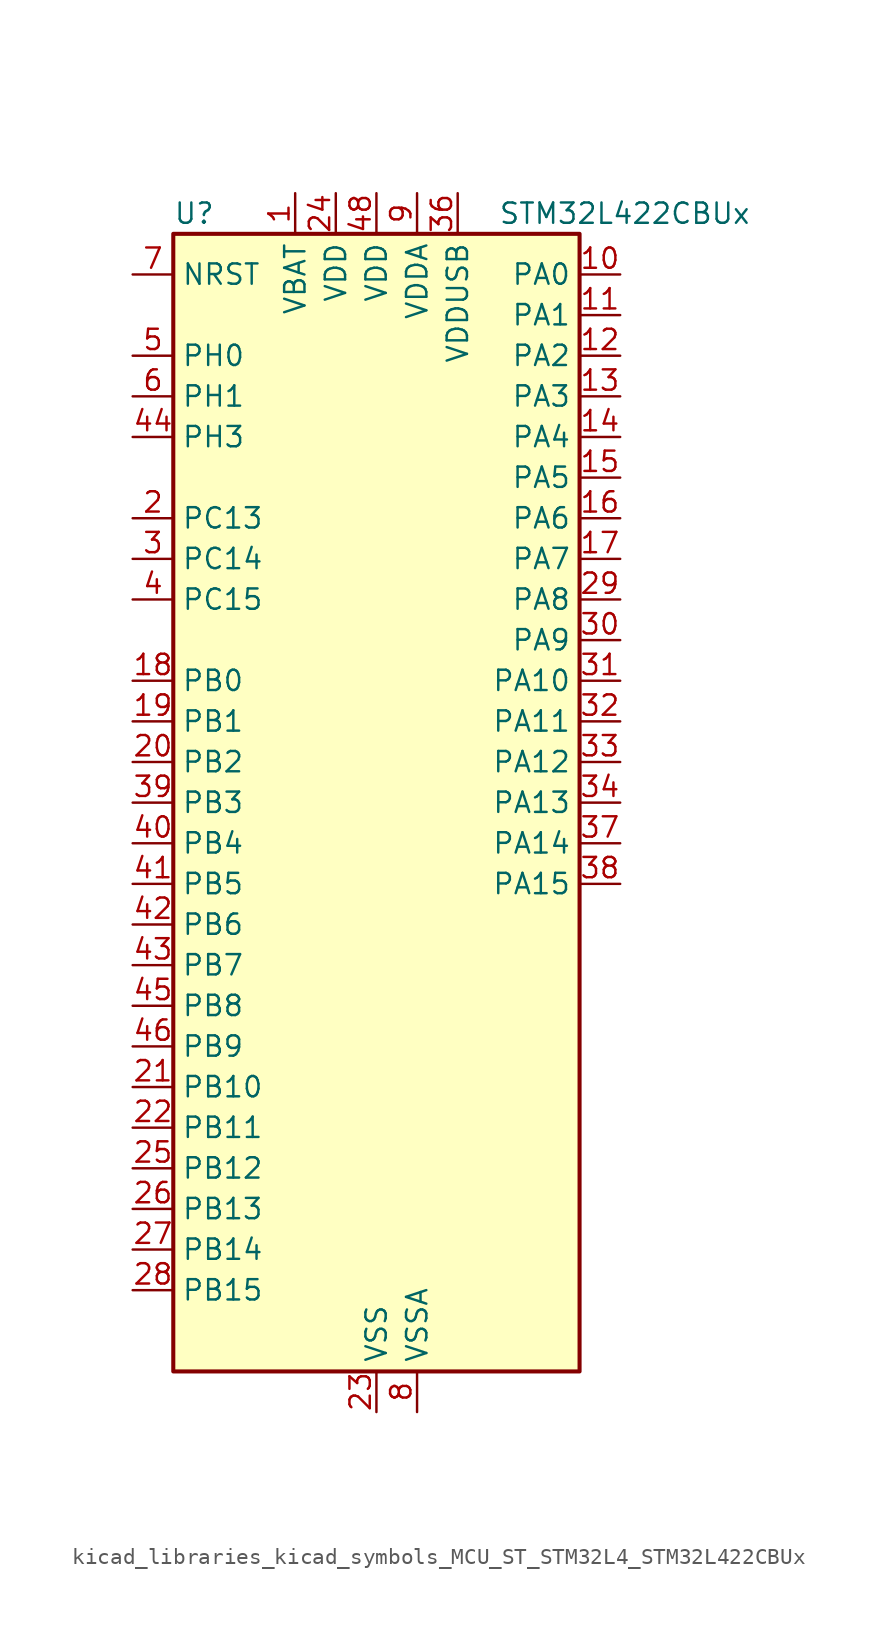
<source format=kicad_sym>
(kicad_symbol_lib
  (version 20220914)
  (generator kicad_symbol_editor)
  (symbol "kicad_libraries_kicad_symbols_MCU_ST_STM32L4_STM32L422CBUx"
    (property "Reference" "U"
      (at -12.7 36.83 0)
      (effects (font (size 1.27 1.27)) (justify left)))
    (property "Value" "STM32L422CBUx"
      (at 7.62 36.83 0)
      (effects (font (size 1.27 1.27)) (justify left)))
    (property "ki_locked" ""
      (at 0 0 0)
      (effects (font (size 1.27 1.27))))
    (symbol "kicad_libraries_kicad_symbols_MCU_ST_STM32L4_STM32L422CBUx_0_1"
      (rectangle (start -12.7 -35.56) (end 12.7 35.56) (stroke (width 0.254) (type default)) (fill (type background))))
    (symbol "kicad_libraries_kicad_symbols_MCU_ST_STM32L4_STM32L422CBUx_1_1"
      (pin power_in line (at -5.08 38.1 270) (length 2.54) (name "VBAT" (effects (font (size 1.27 1.27)))) (number "1" (effects (font (size 1.27 1.27)))))
      (pin bidirectional line (at 15.24 33.02 180) (length 2.54) (name "PA0" (effects (font (size 1.27 1.27)))) (number "10" (effects (font (size 1.27 1.27)))) (alternate "ADC1_IN5" bidirectional line) (alternate "COMP1_INM" bidirectional line) (alternate "COMP1_OUT" bidirectional line) (alternate "OPAMP1_VINP" bidirectional line) (alternate "RTC_TAMP2" bidirectional line) (alternate "SYS_WKUP1" bidirectional line) (alternate "TIM2_CH1" bidirectional line) (alternate "TIM2_ETR" bidirectional line) (alternate "USART2_CTS" bidirectional line))
      (pin bidirectional line (at 15.24 30.48 180) (length 2.54) (name "PA1" (effects (font (size 1.27 1.27)))) (number "11" (effects (font (size 1.27 1.27)))) (alternate "ADC1_IN6" bidirectional line) (alternate "COMP1_INP" bidirectional line) (alternate "I2C1_SMBA" bidirectional line) (alternate "OPAMP1_VINM" bidirectional line) (alternate "SPI1_SCK" bidirectional line) (alternate "TIM15_CH1N" bidirectional line) (alternate "TIM2_CH2" bidirectional line) (alternate "USART2_DE" bidirectional line) (alternate "USART2_RTS" bidirectional line))
      (pin bidirectional line (at 15.24 27.94 180) (length 2.54) (name "PA2" (effects (font (size 1.27 1.27)))) (number "12" (effects (font (size 1.27 1.27)))) (alternate "ADC1_IN7" bidirectional line) (alternate "ADC2_IN7" bidirectional line) (alternate "LPUART1_TX" bidirectional line) (alternate "QUADSPI_BK1_NCS" bidirectional line) (alternate "RCC_LSCO" bidirectional line) (alternate "SYS_WKUP4" bidirectional line) (alternate "TIM15_CH1" bidirectional line) (alternate "TIM2_CH3" bidirectional line) (alternate "USART2_TX" bidirectional line))
      (pin bidirectional line (at 15.24 25.4 180) (length 2.54) (name "PA3" (effects (font (size 1.27 1.27)))) (number "13" (effects (font (size 1.27 1.27)))) (alternate "ADC1_IN8" bidirectional line) (alternate "ADC2_IN8" bidirectional line) (alternate "LPUART1_RX" bidirectional line) (alternate "OPAMP1_VOUT" bidirectional line) (alternate "QUADSPI_CLK" bidirectional line) (alternate "TIM15_CH2" bidirectional line) (alternate "TIM2_CH4" bidirectional line) (alternate "USART2_RX" bidirectional line))
      (pin bidirectional line (at 15.24 22.86 180) (length 2.54) (name "PA4" (effects (font (size 1.27 1.27)))) (number "14" (effects (font (size 1.27 1.27)))) (alternate "ADC1_IN9" bidirectional line) (alternate "ADC2_IN9" bidirectional line) (alternate "COMP1_INM" bidirectional line) (alternate "LPTIM2_OUT" bidirectional line) (alternate "SPI1_NSS" bidirectional line) (alternate "USART2_CK" bidirectional line))
      (pin bidirectional line (at 15.24 20.32 180) (length 2.54) (name "PA5" (effects (font (size 1.27 1.27)))) (number "15" (effects (font (size 1.27 1.27)))) (alternate "ADC1_IN10" bidirectional line) (alternate "ADC2_IN10" bidirectional line) (alternate "COMP1_INM" bidirectional line) (alternate "LPTIM2_ETR" bidirectional line) (alternate "SPI1_SCK" bidirectional line) (alternate "TIM2_CH1" bidirectional line) (alternate "TIM2_ETR" bidirectional line))
      (pin bidirectional line (at 15.24 17.78 180) (length 2.54) (name "PA6" (effects (font (size 1.27 1.27)))) (number "16" (effects (font (size 1.27 1.27)))) (alternate "ADC1_IN11" bidirectional line) (alternate "ADC2_IN11" bidirectional line) (alternate "COMP1_OUT" bidirectional line) (alternate "LPUART1_CTS" bidirectional line) (alternate "QUADSPI_BK1_IO3" bidirectional line) (alternate "SPI1_MISO" bidirectional line) (alternate "TIM16_CH1" bidirectional line) (alternate "TIM1_BKIN" bidirectional line) (alternate "USART3_CTS" bidirectional line))
      (pin bidirectional line (at 15.24 15.24 180) (length 2.54) (name "PA7" (effects (font (size 1.27 1.27)))) (number "17" (effects (font (size 1.27 1.27)))) (alternate "ADC1_IN12" bidirectional line) (alternate "ADC2_IN12" bidirectional line) (alternate "I2C3_SCL" bidirectional line) (alternate "QUADSPI_BK1_IO2" bidirectional line) (alternate "SPI1_MOSI" bidirectional line) (alternate "TIM1_CH1N" bidirectional line))
      (pin bidirectional line (at -15.24 7.62 0) (length 2.54) (name "PB0" (effects (font (size 1.27 1.27)))) (number "18" (effects (font (size 1.27 1.27)))) (alternate "ADC1_IN15" bidirectional line) (alternate "ADC2_IN15" bidirectional line) (alternate "COMP1_OUT" bidirectional line) (alternate "QUADSPI_BK1_IO1" bidirectional line) (alternate "SPI1_NSS" bidirectional line) (alternate "SYS_TRACED0" bidirectional line) (alternate "TIM1_CH2N" bidirectional line) (alternate "USART3_CK" bidirectional line))
      (pin bidirectional line (at -15.24 5.08 0) (length 2.54) (name "PB1" (effects (font (size 1.27 1.27)))) (number "19" (effects (font (size 1.27 1.27)))) (alternate "ADC1_IN16" bidirectional line) (alternate "ADC2_IN16" bidirectional line) (alternate "COMP1_INM" bidirectional line) (alternate "LPTIM2_IN1" bidirectional line) (alternate "LPUART1_DE" bidirectional line) (alternate "LPUART1_RTS" bidirectional line) (alternate "QUADSPI_BK1_IO0" bidirectional line) (alternate "SYS_TRACED1" bidirectional line) (alternate "TIM1_CH3N" bidirectional line) (alternate "USART3_DE" bidirectional line) (alternate "USART3_RTS" bidirectional line))
      (pin bidirectional line (at -15.24 17.78 0) (length 2.54) (name "PC13" (effects (font (size 1.27 1.27)))) (number "2" (effects (font (size 1.27 1.27)))) (alternate "RTC_OUT_ALARM" bidirectional line) (alternate "RTC_OUT_CALIB" bidirectional line) (alternate "RTC_TAMP1" bidirectional line) (alternate "RTC_TS" bidirectional line) (alternate "SYS_WKUP2" bidirectional line))
      (pin bidirectional line (at -15.24 2.54 0) (length 2.54) (name "PB2" (effects (font (size 1.27 1.27)))) (number "20" (effects (font (size 1.27 1.27)))) (alternate "COMP1_INP" bidirectional line) (alternate "I2C3_SMBA" bidirectional line) (alternate "LPTIM1_OUT" bidirectional line) (alternate "RTC_OUT_ALARM" bidirectional line) (alternate "RTC_OUT_CALIB" bidirectional line))
      (pin bidirectional line (at -15.24 -17.78 0) (length 2.54) (name "PB10" (effects (font (size 1.27 1.27)))) (number "21" (effects (font (size 1.27 1.27)))) (alternate "COMP1_OUT" bidirectional line) (alternate "I2C2_SCL" bidirectional line) (alternate "LPUART1_RX" bidirectional line) (alternate "QUADSPI_CLK" bidirectional line) (alternate "SPI2_SCK" bidirectional line) (alternate "TIM2_CH3" bidirectional line) (alternate "TSC_SYNC" bidirectional line) (alternate "USART3_TX" bidirectional line))
      (pin bidirectional line (at -15.24 -20.32 0) (length 2.54) (name "PB11" (effects (font (size 1.27 1.27)))) (number "22" (effects (font (size 1.27 1.27)))) (alternate "ADC1_EXTI11" bidirectional line) (alternate "ADC2_EXTI11" bidirectional line) (alternate "I2C2_SDA" bidirectional line) (alternate "LPUART1_TX" bidirectional line) (alternate "QUADSPI_BK1_NCS" bidirectional line) (alternate "TIM2_CH4" bidirectional line) (alternate "USART3_RX" bidirectional line))
      (pin power_in line (at 0 -38.1 90) (length 2.54) (name "VSS" (effects (font (size 1.27 1.27)))) (number "23" (effects (font (size 1.27 1.27)))))
      (pin power_in line (at -2.54 38.1 270) (length 2.54) (name "VDD" (effects (font (size 1.27 1.27)))) (number "24" (effects (font (size 1.27 1.27)))))
      (pin bidirectional line (at -15.24 -22.86 0) (length 2.54) (name "PB12" (effects (font (size 1.27 1.27)))) (number "25" (effects (font (size 1.27 1.27)))) (alternate "I2C2_SMBA" bidirectional line) (alternate "LPUART1_DE" bidirectional line) (alternate "LPUART1_RTS" bidirectional line) (alternate "SPI2_NSS" bidirectional line) (alternate "TIM15_BKIN" bidirectional line) (alternate "TIM1_BKIN" bidirectional line) (alternate "TSC_G1_IO1" bidirectional line) (alternate "USART3_CK" bidirectional line))
      (pin bidirectional line (at -15.24 -25.4 0) (length 2.54) (name "PB13" (effects (font (size 1.27 1.27)))) (number "26" (effects (font (size 1.27 1.27)))) (alternate "I2C2_SCL" bidirectional line) (alternate "LPUART1_CTS" bidirectional line) (alternate "SPI2_SCK" bidirectional line) (alternate "TIM15_CH1N" bidirectional line) (alternate "TIM1_CH1N" bidirectional line) (alternate "TSC_G1_IO2" bidirectional line) (alternate "USART3_CTS" bidirectional line))
      (pin bidirectional line (at -15.24 -27.94 0) (length 2.54) (name "PB14" (effects (font (size 1.27 1.27)))) (number "27" (effects (font (size 1.27 1.27)))) (alternate "I2C2_SDA" bidirectional line) (alternate "SPI2_MISO" bidirectional line) (alternate "TIM15_CH1" bidirectional line) (alternate "TIM1_CH2N" bidirectional line) (alternate "TSC_G1_IO3" bidirectional line) (alternate "USART3_DE" bidirectional line) (alternate "USART3_RTS" bidirectional line))
      (pin bidirectional line (at -15.24 -30.48 0) (length 2.54) (name "PB15" (effects (font (size 1.27 1.27)))) (number "28" (effects (font (size 1.27 1.27)))) (alternate "ADC1_EXTI15" bidirectional line) (alternate "ADC2_EXTI15" bidirectional line) (alternate "RTC_REFIN" bidirectional line) (alternate "SPI2_MOSI" bidirectional line) (alternate "TIM15_CH2" bidirectional line) (alternate "TIM1_CH3N" bidirectional line) (alternate "TSC_G1_IO4" bidirectional line))
      (pin bidirectional line (at 15.24 12.7 180) (length 2.54) (name "PA8" (effects (font (size 1.27 1.27)))) (number "29" (effects (font (size 1.27 1.27)))) (alternate "LPTIM2_OUT" bidirectional line) (alternate "RCC_MCO" bidirectional line) (alternate "TIM1_CH1" bidirectional line) (alternate "USART1_CK" bidirectional line))
      (pin bidirectional line (at -15.24 15.24 0) (length 2.54) (name "PC14" (effects (font (size 1.27 1.27)))) (number "3" (effects (font (size 1.27 1.27)))) (alternate "RCC_OSC32_IN" bidirectional line))
      (pin bidirectional line (at 15.24 10.16 180) (length 2.54) (name "PA9" (effects (font (size 1.27 1.27)))) (number "30" (effects (font (size 1.27 1.27)))) (alternate "I2C1_SCL" bidirectional line) (alternate "TIM15_BKIN" bidirectional line) (alternate "TIM1_CH2" bidirectional line) (alternate "USART1_TX" bidirectional line))
      (pin bidirectional line (at 15.24 7.62 180) (length 2.54) (name "PA10" (effects (font (size 1.27 1.27)))) (number "31" (effects (font (size 1.27 1.27)))) (alternate "CRS_SYNC" bidirectional line) (alternate "I2C1_SDA" bidirectional line) (alternate "TIM1_CH3" bidirectional line) (alternate "USART1_RX" bidirectional line))
      (pin bidirectional line (at 15.24 5.08 180) (length 2.54) (name "PA11" (effects (font (size 1.27 1.27)))) (number "32" (effects (font (size 1.27 1.27)))) (alternate "ADC1_EXTI11" bidirectional line) (alternate "ADC2_EXTI11" bidirectional line) (alternate "COMP1_OUT" bidirectional line) (alternate "SPI1_MISO" bidirectional line) (alternate "TIM1_BKIN2" bidirectional line) (alternate "TIM1_BKIN2_COMP1" bidirectional line) (alternate "TIM1_CH4" bidirectional line) (alternate "USART1_CTS" bidirectional line) (alternate "USB_DM" bidirectional line))
      (pin bidirectional line (at 15.24 2.54 180) (length 2.54) (name "PA12" (effects (font (size 1.27 1.27)))) (number "33" (effects (font (size 1.27 1.27)))) (alternate "SPI1_MOSI" bidirectional line) (alternate "TIM1_ETR" bidirectional line) (alternate "USART1_DE" bidirectional line) (alternate "USART1_RTS" bidirectional line) (alternate "USB_DP" bidirectional line))
      (pin bidirectional line (at 15.24 0 180) (length 2.54) (name "PA13" (effects (font (size 1.27 1.27)))) (number "34" (effects (font (size 1.27 1.27)))) (alternate "IR_OUT" bidirectional line) (alternate "SYS_JTMS-SWDIO" bidirectional line) (alternate "USB_NOE" bidirectional line))
      (pin passive line (at 0 -38.1 90) (length 2.54) hide (name "VSS" (effects (font (size 1.27 1.27)))) (number "35" (effects (font (size 1.27 1.27)))))
      (pin power_in line (at 5.08 38.1 270) (length 2.54) (name "VDDUSB" (effects (font (size 1.27 1.27)))) (number "36" (effects (font (size 1.27 1.27)))))
      (pin bidirectional line (at 15.24 -2.54 180) (length 2.54) (name "PA14" (effects (font (size 1.27 1.27)))) (number "37" (effects (font (size 1.27 1.27)))) (alternate "I2C1_SMBA" bidirectional line) (alternate "LPTIM1_OUT" bidirectional line) (alternate "SYS_JTCK-SWCLK" bidirectional line))
      (pin bidirectional line (at 15.24 -5.08 180) (length 2.54) (name "PA15" (effects (font (size 1.27 1.27)))) (number "38" (effects (font (size 1.27 1.27)))) (alternate "ADC1_EXTI15" bidirectional line) (alternate "ADC2_EXTI15" bidirectional line) (alternate "SPI1_NSS" bidirectional line) (alternate "SYS_JTDI" bidirectional line) (alternate "TIM2_CH1" bidirectional line) (alternate "TIM2_ETR" bidirectional line) (alternate "USART2_RX" bidirectional line) (alternate "USART3_DE" bidirectional line) (alternate "USART3_RTS" bidirectional line))
      (pin bidirectional line (at -15.24 0 0) (length 2.54) (name "PB3" (effects (font (size 1.27 1.27)))) (number "39" (effects (font (size 1.27 1.27)))) (alternate "SPI1_SCK" bidirectional line) (alternate "SYS_JTDO-SWO" bidirectional line) (alternate "TIM2_CH2" bidirectional line) (alternate "USART1_DE" bidirectional line) (alternate "USART1_RTS" bidirectional line))
      (pin bidirectional line (at -15.24 12.7 0) (length 2.54) (name "PC15" (effects (font (size 1.27 1.27)))) (number "4" (effects (font (size 1.27 1.27)))) (alternate "ADC1_EXTI15" bidirectional line) (alternate "ADC2_EXTI15" bidirectional line) (alternate "RCC_OSC32_OUT" bidirectional line))
      (pin bidirectional line (at -15.24 -2.54 0) (length 2.54) (name "PB4" (effects (font (size 1.27 1.27)))) (number "40" (effects (font (size 1.27 1.27)))) (alternate "I2C3_SDA" bidirectional line) (alternate "SPI1_MISO" bidirectional line) (alternate "SYS_JTRST" bidirectional line) (alternate "TSC_G2_IO1" bidirectional line) (alternate "USART1_CTS" bidirectional line))
      (pin bidirectional line (at -15.24 -5.08 0) (length 2.54) (name "PB5" (effects (font (size 1.27 1.27)))) (number "41" (effects (font (size 1.27 1.27)))) (alternate "I2C1_SMBA" bidirectional line) (alternate "LPTIM1_IN1" bidirectional line) (alternate "SPI1_MOSI" bidirectional line) (alternate "SYS_TRACED2" bidirectional line) (alternate "TIM16_BKIN" bidirectional line) (alternate "TSC_G2_IO2" bidirectional line) (alternate "USART1_CK" bidirectional line))
      (pin bidirectional line (at -15.24 -7.62 0) (length 2.54) (name "PB6" (effects (font (size 1.27 1.27)))) (number "42" (effects (font (size 1.27 1.27)))) (alternate "I2C1_SCL" bidirectional line) (alternate "LPTIM1_ETR" bidirectional line) (alternate "SYS_TRACED3" bidirectional line) (alternate "TIM16_CH1N" bidirectional line) (alternate "TSC_G2_IO3" bidirectional line) (alternate "USART1_TX" bidirectional line))
      (pin bidirectional line (at -15.24 -10.16 0) (length 2.54) (name "PB7" (effects (font (size 1.27 1.27)))) (number "43" (effects (font (size 1.27 1.27)))) (alternate "I2C1_SDA" bidirectional line) (alternate "LPTIM1_IN2" bidirectional line) (alternate "SYS_PVD_IN" bidirectional line) (alternate "SYS_TRACECLK" bidirectional line) (alternate "TSC_G2_IO4" bidirectional line) (alternate "USART1_RX" bidirectional line))
      (pin bidirectional line (at -15.24 22.86 0) (length 2.54) (name "PH3" (effects (font (size 1.27 1.27)))) (number "44" (effects (font (size 1.27 1.27)))))
      (pin bidirectional line (at -15.24 -12.7 0) (length 2.54) (name "PB8" (effects (font (size 1.27 1.27)))) (number "45" (effects (font (size 1.27 1.27)))) (alternate "I2C1_SCL" bidirectional line) (alternate "TIM16_CH1" bidirectional line))
      (pin bidirectional line (at -15.24 -15.24 0) (length 2.54) (name "PB9" (effects (font (size 1.27 1.27)))) (number "46" (effects (font (size 1.27 1.27)))) (alternate "I2C1_SDA" bidirectional line) (alternate "IR_OUT" bidirectional line) (alternate "SPI2_NSS" bidirectional line))
      (pin passive line (at 0 -38.1 90) (length 2.54) hide (name "VSS" (effects (font (size 1.27 1.27)))) (number "47" (effects (font (size 1.27 1.27)))))
      (pin power_in line (at 0 38.1 270) (length 2.54) (name "VDD" (effects (font (size 1.27 1.27)))) (number "48" (effects (font (size 1.27 1.27)))))
      (pin passive line (at 0 -38.1 90) (length 2.54) hide (name "VSS" (effects (font (size 1.27 1.27)))) (number "49" (effects (font (size 1.27 1.27)))))
      (pin bidirectional line (at -15.24 27.94 0) (length 2.54) (name "PH0" (effects (font (size 1.27 1.27)))) (number "5" (effects (font (size 1.27 1.27)))) (alternate "RCC_OSC_IN" bidirectional line))
      (pin bidirectional line (at -15.24 25.4 0) (length 2.54) (name "PH1" (effects (font (size 1.27 1.27)))) (number "6" (effects (font (size 1.27 1.27)))) (alternate "RCC_OSC_OUT" bidirectional line))
      (pin input line (at -15.24 33.02 0) (length 2.54) (name "NRST" (effects (font (size 1.27 1.27)))) (number "7" (effects (font (size 1.27 1.27)))))
      (pin power_in line (at 2.54 -38.1 90) (length 2.54) (name "VSSA" (effects (font (size 1.27 1.27)))) (number "8" (effects (font (size 1.27 1.27)))))
      (pin power_in line (at 2.54 38.1 270) (length 2.54) (name "VDDA" (effects (font (size 1.27 1.27)))) (number "9" (effects (font (size 1.27 1.27))))))))
</source>
